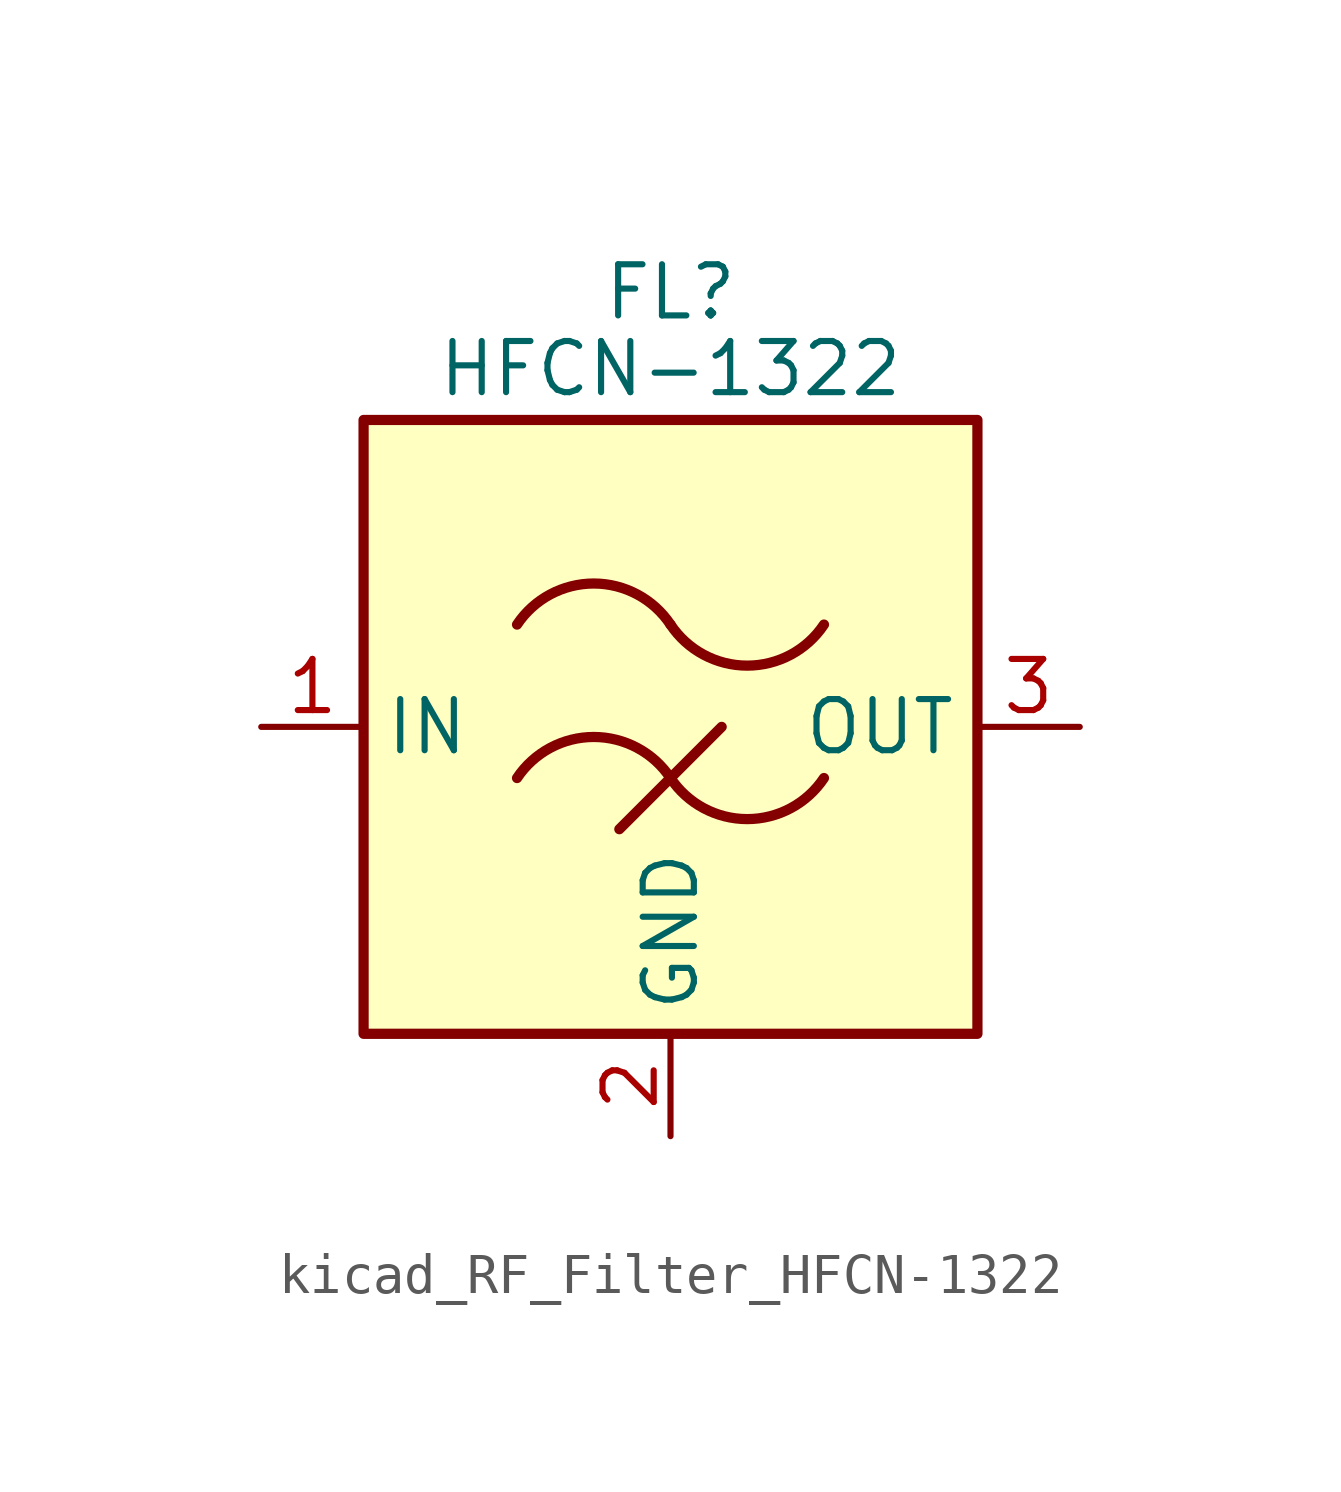
<source format=kicad_sym>
(kicad_symbol_lib
  (version 20220914)
  (generator kicad_symbol_editor)
  (symbol "kicad_RF_Filter_HFCN-1322"
    (property "Reference" "FL"
      (at 0 10.795 0)
      (effects (font (size 1.27 1.27))))
    (property "Value" "HFCN-1322"
      (at 0 8.89 0)
      (effects (font (size 1.27 1.27))))
    (symbol "kicad_RF_Filter_HFCN-1322_0_1"
      (rectangle (start -7.62 7.62) (end 7.62 -7.62) (stroke (width 0.254) (type default)) (fill (type background)))
      (arc (start 0 -1.27) (mid -1.905 -0.2505) (end -3.81 -1.27) (stroke (width 0.254) (type default)) (fill (type none)))
      (arc (start 0 -1.27) (mid 1.905 -2.2895) (end 3.81 -1.27) (stroke (width 0.254) (type default)) (fill (type none)))
      (polyline (pts (xy -1.27 -2.54) (xy 1.27 0)) (stroke (width 0.254) (type default)) (fill (type none)))
      (arc (start 0 2.54) (mid -1.905 3.5595) (end -3.81 2.54) (stroke (width 0.254) (type default)) (fill (type none)))
      (arc (start 0 2.54) (mid 1.905 1.5205) (end 3.81 2.54) (stroke (width 0.254) (type default)) (fill (type none))))
    (symbol "kicad_RF_Filter_HFCN-1322_1_1"
      (pin passive line (at -10.16 0 0) (length 2.54) (name "IN" (effects (font (size 1.27 1.27)))) (number "1" (effects (font (size 1.27 1.27)))))
      (pin passive line (at 0 -10.16 90) (length 2.54) (name "GND" (effects (font (size 1.27 1.27)))) (number "2" (effects (font (size 1.27 1.27)))))
      (pin passive line (at 10.16 0 180) (length 2.54) (name "OUT" (effects (font (size 1.27 1.27)))) (number "3" (effects (font (size 1.27 1.27)))))
      (pin passive line (at 0 -10.16 90) (length 2.54) hide (name "GND" (effects (font (size 1.27 1.27)))) (number "4" (effects (font (size 1.27 1.27))))))))
</source>
